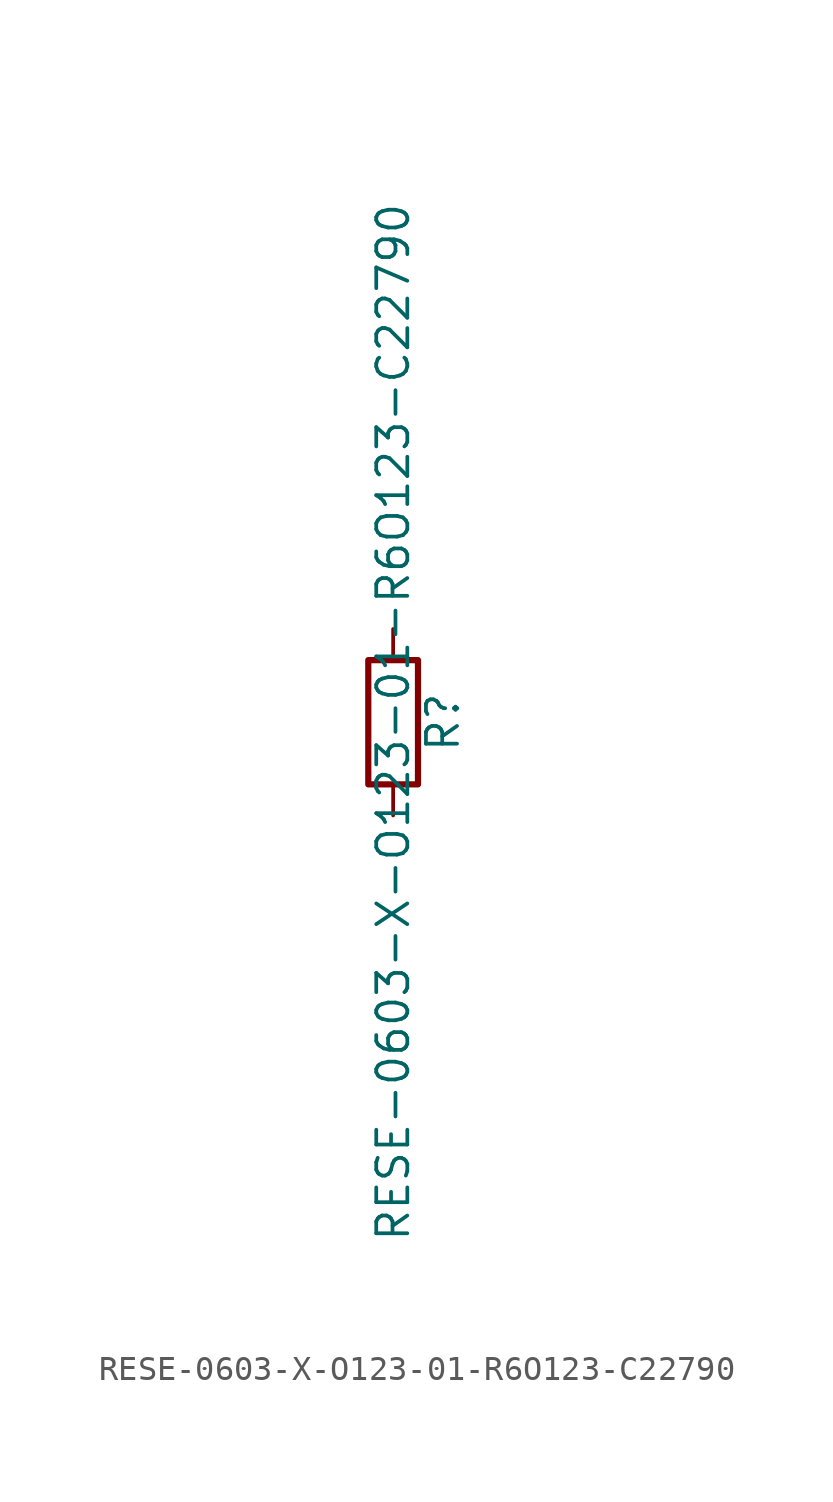
<source format=kicad_sym>
(kicad_symbol_lib
  (version 20211014)
  (generator kicad_symbol_editor)
  (symbol "RESE-0603-X-O123-01-R6O123-C22790"
    (pin_numbers hide)
    (pin_names
      (offset 0))
    (property "Reference" "R"
      (at 2.032 0 90)
      (effects (font (size 1.27 1.27))))
    (property "Value" "RESE-0603-X-O123-01-R6O123-C22790"
      (at 0 0 90)
      (effects (font (size 1.27 1.27))))
    (symbol "RESE-0603-X-O123-01-R6O123-C22790_0_1"
      (rectangle (start -1.016 -2.54) (end 1.016 2.54) (stroke (width 0.254) (type default) (color 0 0 0 0)) (fill (type none))))
    (symbol "RESE-0603-X-O123-01-R6O123-C22790_1_1"
      (pin passive line (at 0 3.81 270) (length 1.27) (name "~" (effects (font (size 1.27 1.27)))) (number "1" (effects (font (size 1.27 1.27)))))
      (pin passive line (at 0 -3.81 90) (length 1.27) (name "~" (effects (font (size 1.27 1.27)))) (number "2" (effects (font (size 1.27 1.27))))))))
</source>
